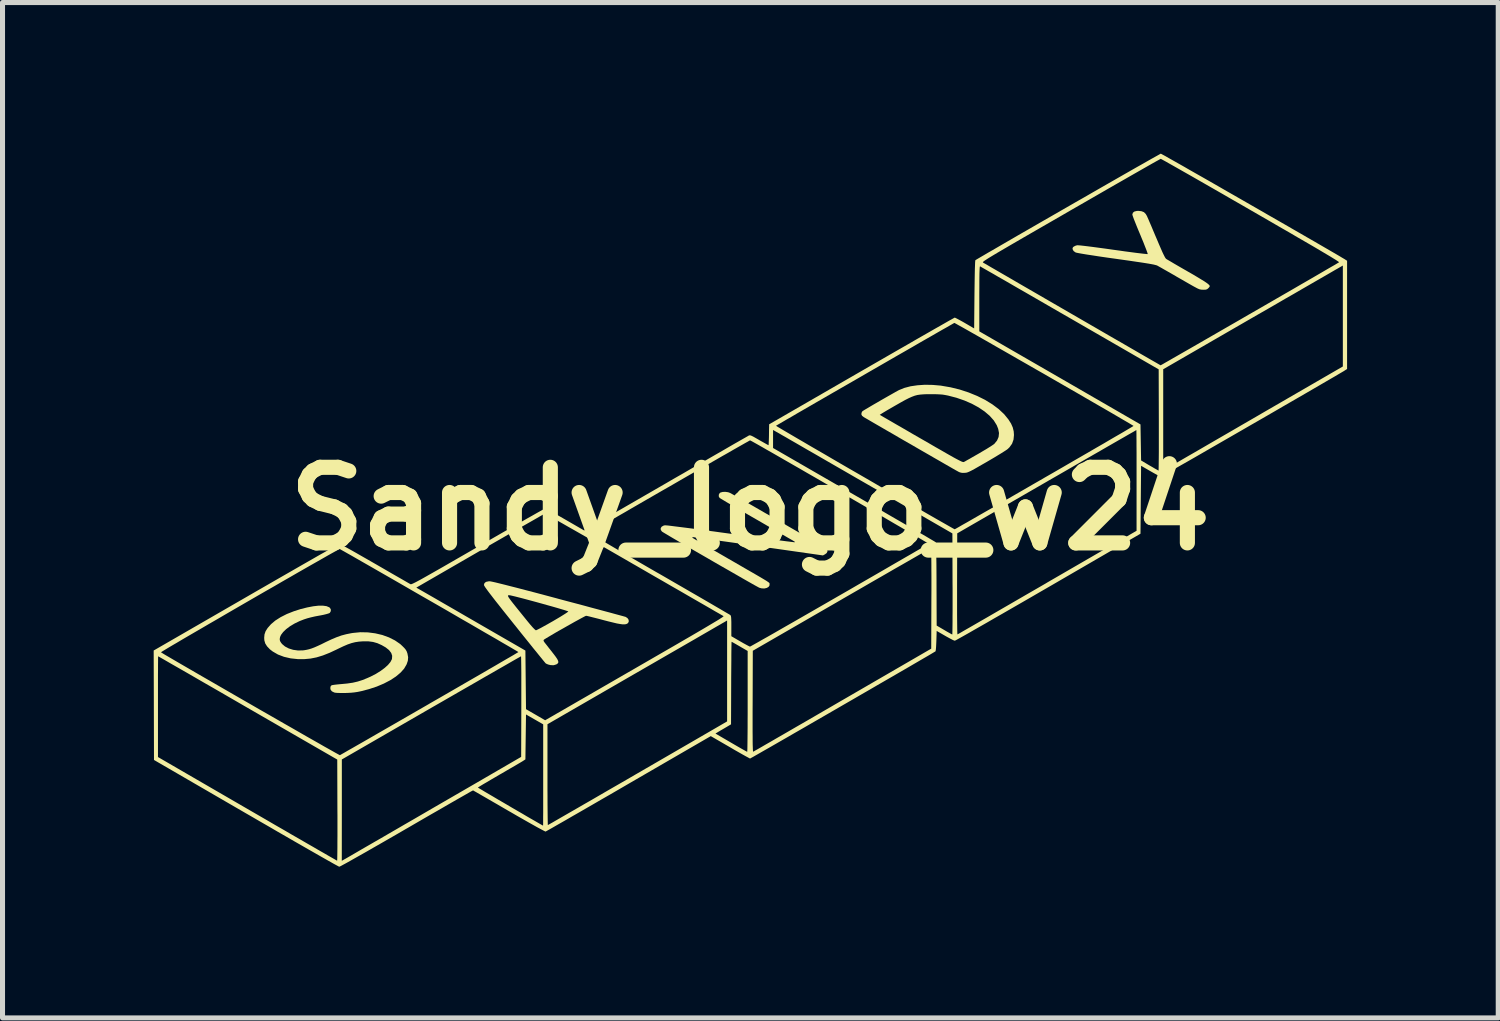
<source format=kicad_pcb>
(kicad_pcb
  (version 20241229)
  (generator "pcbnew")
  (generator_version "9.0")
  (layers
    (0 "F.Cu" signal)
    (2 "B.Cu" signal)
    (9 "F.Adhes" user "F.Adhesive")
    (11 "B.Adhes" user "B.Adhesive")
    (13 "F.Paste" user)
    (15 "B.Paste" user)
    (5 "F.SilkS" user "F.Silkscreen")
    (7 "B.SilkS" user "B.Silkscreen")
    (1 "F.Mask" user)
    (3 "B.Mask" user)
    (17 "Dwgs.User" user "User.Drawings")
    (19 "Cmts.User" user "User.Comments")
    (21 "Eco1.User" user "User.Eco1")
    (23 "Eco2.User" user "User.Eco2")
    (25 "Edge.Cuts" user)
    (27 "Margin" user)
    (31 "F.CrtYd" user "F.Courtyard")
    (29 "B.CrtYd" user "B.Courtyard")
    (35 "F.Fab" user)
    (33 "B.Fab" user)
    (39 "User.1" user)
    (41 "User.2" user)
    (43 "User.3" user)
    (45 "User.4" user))
  (footprint "Sandy_logo_w24"
    (layer "F.Cu")
    (at 11.836 7.046)
    (property "Reference" "Sandy_logo_w24" (at 0 0 0) (layer "F.SilkS") (effects (font (size 1.5 1.5) (thickness 0.3))))
    (attr board_only exclude_from_pos_files exclude_from_bom)
    (fp_poly (pts (xy 7.769 -5.904) (xy 7.817 -5.885) (xy 7.852 -5.85) (xy 7.877 -5.807) (xy 7.888 -5.781) (xy 7.908 -5.736) (xy 7.934 -5.675) (xy 7.966 -5.601) (xy 8.001 -5.517) (xy 8.039 -5.427) (xy 8.067 -5.362) (xy 8.114 -5.251) (xy 8.153 -5.161) (xy 8.184 -5.09) (xy 8.21 -5.036) (xy 8.23 -4.997) (xy 8.245 -4.972) (xy 8.257 -4.959) (xy 8.258 -4.958) (xy 8.275 -4.947) (xy 8.311 -4.926) (xy 8.362 -4.896) (xy 8.426 -4.858) (xy 8.502 -4.814) (xy 8.585 -4.766) (xy 8.674 -4.715) (xy 8.679 -4.712) (xy 8.791 -4.648) (xy 8.883 -4.593) (xy 8.957 -4.548) (xy 9.016 -4.512) (xy 9.06 -4.482) (xy 9.091 -4.459) (xy 9.11 -4.44) (xy 9.121 -4.426) (xy 9.123 -4.416) (xy 9.115 -4.4) (xy 9.096 -4.378) (xy 9.093 -4.375) (xy 9.071 -4.357) (xy 9.045 -4.348) (xy 9.006 -4.346) (xy 8.994 -4.346) (xy 8.952 -4.348) (xy 8.915 -4.356) (xy 8.874 -4.374) (xy 8.841 -4.392) (xy 8.809 -4.409) (xy 8.759 -4.437) (xy 8.696 -4.473) (xy 8.623 -4.515) (xy 8.543 -4.561) (xy 8.459 -4.609) (xy 8.445 -4.618) (xy 8.363 -4.665) (xy 8.286 -4.709) (xy 8.217 -4.748) (xy 8.158 -4.782) (xy 8.113 -4.807) (xy 8.085 -4.823) (xy 8.081 -4.825) (xy 8.066 -4.831) (xy 8.043 -4.837) (xy 8.012 -4.845) (xy 7.97 -4.853) (xy 7.915 -4.863) (xy 7.847 -4.874) (xy 7.763 -4.887) (xy 7.661 -4.902) (xy 7.54 -4.92) (xy 7.398 -4.94) (xy 7.264 -4.959) (xy 7.085 -4.984) (xy 6.927 -5.007) (xy 6.792 -5.028) (xy 6.679 -5.045) (xy 6.589 -5.06) (xy 6.522 -5.072) (xy 6.478 -5.081) (xy 6.458 -5.087) (xy 6.422 -5.113) (xy 6.404 -5.142) (xy 6.399 -5.169) (xy 6.409 -5.189) (xy 6.42 -5.199) (xy 6.452 -5.217) (xy 6.488 -5.228) (xy 6.509 -5.228) (xy 6.552 -5.225) (xy 6.616 -5.218) (xy 6.7 -5.208) (xy 6.803 -5.195) (xy 6.922 -5.179) (xy 7.057 -5.161) (xy 7.204 -5.14) (xy 7.329 -5.123) (xy 7.447 -5.106) (xy 7.555 -5.092) (xy 7.652 -5.079) (xy 7.735 -5.069) (xy 7.803 -5.061) (xy 7.853 -5.056) (xy 7.883 -5.053) (xy 7.891 -5.054) (xy 7.889 -5.067) (xy 7.878 -5.099) (xy 7.86 -5.148) (xy 7.835 -5.211) (xy 7.806 -5.286) (xy 7.771 -5.37) (xy 7.744 -5.436) (xy 7.706 -5.526) (xy 7.672 -5.609) (xy 7.642 -5.684) (xy 7.617 -5.747) (xy 7.599 -5.796) (xy 7.589 -5.827) (xy 7.586 -5.837) (xy 7.597 -5.874) (xy 7.627 -5.898) (xy 7.677 -5.91) (xy 7.705 -5.911)) (stroke (width 0) (type solid)) (fill yes) (layer "F.SilkS"))
    (fp_poly (pts (xy -8.405 1.934) (xy -8.353 1.956) (xy -8.34 1.966) (xy -8.321 1.996) (xy -8.321 2.032) (xy -8.338 2.063) (xy -8.347 2.071) (xy -8.37 2.08) (xy -8.411 2.092) (xy -8.464 2.105) (xy -8.524 2.117) (xy -8.531 2.118) (xy -8.633 2.137) (xy -8.716 2.156) (xy -8.788 2.175) (xy -8.855 2.197) (xy -8.922 2.223) (xy -8.944 2.232) (xy -9.043 2.28) (xy -9.131 2.333) (xy -9.207 2.39) (xy -9.267 2.448) (xy -9.309 2.504) (xy -9.328 2.547) (xy -9.335 2.589) (xy -9.329 2.625) (xy -9.307 2.661) (xy -9.287 2.686) (xy -9.23 2.734) (xy -9.155 2.773) (xy -9.069 2.8) (xy -8.976 2.813) (xy -8.881 2.812) (xy -8.853 2.809) (xy -8.801 2.8) (xy -8.753 2.789) (xy -8.704 2.774) (xy -8.651 2.754) (xy -8.589 2.727) (xy -8.513 2.692) (xy -8.423 2.647) (xy -8.308 2.593) (xy -8.206 2.55) (xy -8.111 2.516) (xy -8.017 2.491) (xy -7.918 2.471) (xy -7.88 2.465) (xy -7.734 2.451) (xy -7.586 2.454) (xy -7.439 2.473) (xy -7.298 2.506) (xy -7.166 2.554) (xy -7.047 2.614) (xy -6.944 2.685) (xy -6.903 2.723) (xy -6.861 2.765) (xy -6.833 2.799) (xy -6.815 2.831) (xy -6.802 2.867) (xy -6.8 2.874) (xy -6.786 2.948) (xy -6.792 3.018) (xy -6.817 3.09) (xy -6.866 3.174) (xy -6.938 3.254) (xy -7.03 3.331) (xy -7.14 3.403) (xy -7.268 3.47) (xy -7.41 3.53) (xy -7.566 3.581) (xy -7.714 3.62) (xy -7.786 3.635) (xy -7.852 3.645) (xy -7.921 3.652) (xy -8.001 3.656) (xy -8.037 3.657) (xy -8.118 3.657) (xy -8.183 3.656) (xy -8.23 3.652) (xy -8.253 3.647) (xy -8.299 3.624) (xy -8.324 3.594) (xy -8.331 3.558) (xy -8.323 3.521) (xy -8.308 3.506) (xy -8.288 3.5) (xy -8.249 3.494) (xy -8.197 3.488) (xy -8.136 3.482) (xy -8.122 3.481) (xy -7.996 3.469) (xy -7.886 3.453) (xy -7.787 3.43) (xy -7.69 3.399) (xy -7.59 3.358) (xy -7.529 3.331) (xy -7.425 3.277) (xy -7.332 3.219) (xy -7.251 3.159) (xy -7.185 3.099) (xy -7.137 3.041) (xy -7.109 2.987) (xy -7.107 2.979) (xy -7.103 2.919) (xy -7.122 2.862) (xy -7.165 2.806) (xy -7.231 2.753) (xy -7.311 2.707) (xy -7.398 2.668) (xy -7.483 2.644) (xy -7.574 2.632) (xy -7.679 2.632) (xy -7.688 2.632) (xy -7.766 2.638) (xy -7.838 2.649) (xy -7.91 2.667) (xy -7.988 2.694) (xy -8.074 2.731) (xy -8.175 2.779) (xy -8.199 2.791) (xy -8.344 2.859) (xy -8.478 2.912) (xy -8.603 2.95) (xy -8.724 2.974) (xy -8.846 2.985) (xy -8.972 2.985) (xy -8.973 2.985) (xy -9.116 2.97) (xy -9.25 2.939) (xy -9.369 2.894) (xy -9.473 2.834) (xy -9.53 2.79) (xy -9.586 2.731) (xy -9.622 2.674) (xy -9.64 2.612) (xy -9.643 2.562) (xy -9.637 2.495) (xy -9.615 2.431) (xy -9.575 2.368) (xy -9.516 2.301) (xy -9.508 2.292) (xy -9.423 2.22) (xy -9.318 2.153) (xy -9.194 2.09) (xy -9.055 2.035) (xy -8.921 1.992) (xy -8.789 1.959) (xy -8.669 1.936) (xy -8.565 1.924) (xy -8.476 1.924)) (stroke (width 0) (type solid)) (fill yes) (layer "F.SilkS"))
    (fp_poly (pts (xy -0.435 -0.327) (xy -0.399 -0.314) (xy -0.381 -0.305) (xy -0.344 -0.284) (xy -0.29 -0.254) (xy -0.221 -0.215) (xy -0.139 -0.168) (xy -0.046 -0.114) (xy 0.057 -0.055) (xy 0.168 0.009) (xy 0.284 0.076) (xy 0.405 0.145) (xy 0.528 0.216) (xy 0.651 0.287) (xy 0.773 0.358) (xy 0.891 0.426) (xy 1.005 0.492) (xy 1.111 0.553) (xy 1.208 0.61) (xy 1.295 0.66) (xy 1.37 0.704) (xy 1.429 0.739) (xy 1.473 0.764) (xy 1.499 0.78) (xy 1.504 0.783) (xy 1.531 0.813) (xy 1.536 0.847) (xy 1.52 0.88) (xy 1.488 0.904) (xy 1.446 0.927) (xy 0.172 0.745) (xy -0.000169 0.721) (xy -0.166 0.697) (xy -0.324 0.675) (xy -0.473 0.654) (xy -0.611 0.635) (xy -0.736 0.617) (xy -0.846 0.602) (xy -0.941 0.589) (xy -1.018 0.578) (xy -1.076 0.571) (xy -1.114 0.566) (xy -1.129 0.564) (xy -1.129 0.564) (xy -1.147 0.568) (xy -1.146 0.575) (xy -1.134 0.583) (xy -1.102 0.602) (xy -1.054 0.63) (xy -0.99 0.668) (xy -0.912 0.713) (xy -0.822 0.766) (xy -0.722 0.824) (xy -0.613 0.887) (xy -0.497 0.954) (xy -0.444 0.985) (xy -0.294 1.071) (xy -0.163 1.147) (xy -0.051 1.212) (xy 0.045 1.267) (xy 0.126 1.314) (xy 0.193 1.353) (xy 0.247 1.385) (xy 0.289 1.41) (xy 0.322 1.43) (xy 0.346 1.446) (xy 0.363 1.458) (xy 0.374 1.466) (xy 0.381 1.473) (xy 0.384 1.478) (xy 0.386 1.482) (xy 0.387 1.486) (xy 0.386 1.522) (xy 0.366 1.552) (xy 0.331 1.572) (xy 0.285 1.583) (xy 0.232 1.581) (xy 0.188 1.57) (xy 0.171 1.562) (xy 0.136 1.543) (xy 0.083 1.514) (xy 0.016 1.476) (xy -0.065 1.43) (xy -0.158 1.377) (xy -0.26 1.318) (xy -0.37 1.255) (xy -0.487 1.188) (xy -0.608 1.119) (xy -0.731 1.048) (xy -0.855 0.976) (xy -0.978 0.905) (xy -1.098 0.836) (xy -1.214 0.769) (xy -1.323 0.705) (xy -1.423 0.647) (xy -1.514 0.594) (xy -1.592 0.548) (xy -1.657 0.509) (xy -1.706 0.48) (xy -1.737 0.461) (xy -1.75 0.452) (xy -1.772 0.42) (xy -1.774 0.387) (xy -1.755 0.357) (xy -1.719 0.336) (xy -1.691 0.329) (xy -1.674 0.33) (xy -1.634 0.333) (xy -1.574 0.34) (xy -1.496 0.35) (xy -1.399 0.362) (xy -1.287 0.376) (xy -1.161 0.392) (xy -1.023 0.411) (xy -0.873 0.431) (xy -0.714 0.452) (xy -0.548 0.475) (xy -0.385 0.497) (xy -0.213 0.52) (xy -0.049 0.543) (xy 0.108 0.564) (xy 0.255 0.584) (xy 0.39 0.602) (xy 0.512 0.619) (xy 0.62 0.633) (xy 0.711 0.645) (xy 0.786 0.654) (xy 0.84 0.661) (xy 0.875 0.665) (xy 0.887 0.666) (xy 0.887 0.655) (xy 0.876 0.648) (xy 0.846 0.63) (xy 0.798 0.602) (xy 0.735 0.566) (xy 0.657 0.521) (xy 0.567 0.469) (xy 0.467 0.41) (xy 0.357 0.347) (xy 0.24 0.279) (xy 0.15 0.227) (xy 0.028 0.157) (xy -0.089 0.089) (xy -0.197 0.026) (xy -0.297 -0.032) (xy -0.386 -0.084) (xy -0.462 -0.128) (xy -0.523 -0.165) (xy -0.568 -0.192) (xy -0.596 -0.209) (xy -0.604 -0.214) (xy -0.621 -0.243) (xy -0.621 -0.277) (xy -0.605 -0.308) (xy -0.588 -0.321) (xy -0.544 -0.333) (xy -0.49 -0.335)) (stroke (width 0) (type solid)) (fill yes) (layer "F.SilkS"))
    (fp_poly (pts (xy -5.146 1.443) (xy -5.107 1.451) (xy -5.049 1.464) (xy -4.972 1.483) (xy -4.875 1.507) (xy -4.758 1.537) (xy -4.62 1.572) (xy -4.46 1.614) (xy -4.279 1.661) (xy -4.076 1.715) (xy -3.851 1.775) (xy -3.804 1.788) (xy -3.632 1.834) (xy -3.465 1.878) (xy -3.307 1.92) (xy -3.157 1.961) (xy -3.018 1.998) (xy -2.892 2.032) (xy -2.779 2.062) (xy -2.681 2.089) (xy -2.6 2.111) (xy -2.537 2.128) (xy -2.494 2.14) (xy -2.472 2.146) (xy -2.47 2.147) (xy -2.434 2.17) (xy -2.412 2.202) (xy -2.407 2.235) (xy -2.42 2.266) (xy -2.44 2.282) (xy -2.463 2.291) (xy -2.492 2.295) (xy -2.53 2.295) (xy -2.58 2.288) (xy -2.643 2.277) (xy -2.722 2.258) (xy -2.82 2.234) (xy -2.909 2.211) (xy -2.994 2.188) (xy -3.073 2.168) (xy -3.141 2.151) (xy -3.196 2.137) (xy -3.235 2.128) (xy -3.254 2.125) (xy -3.254 2.125) (xy -3.268 2.13) (xy -3.301 2.147) (xy -3.348 2.172) (xy -3.408 2.205) (xy -3.478 2.243) (xy -3.554 2.286) (xy -3.634 2.331) (xy -3.716 2.378) (xy -3.797 2.423) (xy -3.873 2.467) (xy -3.942 2.508) (xy -4.001 2.543) (xy -4.048 2.571) (xy -4.08 2.591) (xy -4.092 2.6) (xy -4.099 2.611) (xy -4.096 2.627) (xy -4.081 2.651) (xy -4.059 2.679) (xy -4.032 2.713) (xy -3.995 2.761) (xy -3.953 2.814) (xy -3.91 2.869) (xy -3.907 2.873) (xy -3.859 2.936) (xy -3.826 2.985) (xy -3.809 3.021) (xy -3.805 3.048) (xy -3.815 3.068) (xy -3.837 3.085) (xy -3.846 3.09) (xy -3.898 3.106) (xy -3.956 3.104) (xy -3.997 3.095) (xy -4.03 3.083) (xy -4.055 3.07) (xy -4.056 3.069) (xy -4.066 3.058) (xy -4.09 3.029) (xy -4.127 2.984) (xy -4.175 2.925) (xy -4.233 2.853) (xy -4.301 2.77) (xy -4.376 2.676) (xy -4.459 2.573) (xy -4.547 2.464) (xy -4.639 2.348) (xy -4.678 2.3) (xy -4.792 2.157) (xy -4.892 2.032) (xy -4.978 1.923) (xy -5.052 1.83) (xy -5.113 1.751) (xy -5.129 1.73) (xy -4.805 1.73) (xy -4.8 1.744) (xy -4.788 1.765) (xy -4.767 1.795) (xy -4.738 1.834) (xy -4.698 1.885) (xy -4.647 1.949) (xy -4.584 2.027) (xy -4.508 2.121) (xy -4.42 2.23) (xy -4.362 2.3) (xy -4.315 2.354) (xy -4.279 2.391) (xy -4.256 2.41) (xy -4.25 2.413) (xy -4.234 2.407) (xy -4.2 2.39) (xy -4.151 2.365) (xy -4.09 2.331) (xy -4.019 2.292) (xy -3.942 2.248) (xy -3.917 2.234) (xy -3.839 2.188) (xy -3.768 2.146) (xy -3.707 2.108) (xy -3.658 2.077) (xy -3.625 2.054) (xy -3.608 2.041) (xy -3.607 2.039) (xy -3.618 2.034) (xy -3.65 2.023) (xy -3.7 2.007) (xy -3.764 1.988) (xy -3.842 1.965) (xy -3.929 1.94) (xy -4.023 1.914) (xy -4.122 1.886) (xy -4.223 1.858) (xy -4.323 1.831) (xy -4.419 1.805) (xy -4.509 1.781) (xy -4.591 1.76) (xy -4.661 1.742) (xy -4.716 1.729) (xy -4.755 1.72) (xy -4.774 1.717) (xy -4.787 1.717) (xy -4.798 1.718) (xy -4.804 1.722) (xy -4.805 1.73) (xy -5.129 1.73) (xy -5.164 1.685) (xy -5.204 1.632) (xy -5.235 1.589) (xy -5.258 1.557) (xy -5.272 1.534) (xy -5.28 1.519) (xy -5.282 1.512) (xy -5.271 1.476) (xy -5.241 1.452) (xy -5.19 1.441) (xy -5.167 1.44)) (stroke (width 0) (type solid)) (fill yes) (layer "F.SilkS"))
    (fp_poly (pts (xy 3.625 -2.457) (xy 3.785 -2.443) (xy 3.79 -2.442) (xy 3.977 -2.41) (xy 4.161 -2.365) (xy 4.338 -2.307) (xy 4.507 -2.238) (xy 4.664 -2.16) (xy 4.807 -2.072) (xy 4.934 -1.977) (xy 5.042 -1.876) (xy 5.126 -1.773) (xy 5.179 -1.69) (xy 5.213 -1.613) (xy 5.232 -1.535) (xy 5.237 -1.463) (xy 5.228 -1.371) (xy 5.199 -1.29) (xy 5.148 -1.219) (xy 5.114 -1.186) (xy 5.09 -1.168) (xy 5.047 -1.14) (xy 4.99 -1.104) (xy 4.921 -1.062) (xy 4.842 -1.014) (xy 4.757 -0.964) (xy 4.692 -0.926) (xy 4.594 -0.87) (xy 4.516 -0.825) (xy 4.453 -0.789) (xy 4.403 -0.762) (xy 4.365 -0.743) (xy 4.334 -0.729) (xy 4.31 -0.72) (xy 4.29 -0.715) (xy 4.271 -0.713) (xy 4.255 -0.712) (xy 4.204 -0.712) (xy 4.164 -0.721) (xy 4.135 -0.734) (xy 4.114 -0.746) (xy 4.074 -0.768) (xy 4.018 -0.8) (xy 3.947 -0.841) (xy 3.863 -0.889) (xy 3.768 -0.944) (xy 3.663 -1.004) (xy 3.551 -1.069) (xy 3.434 -1.136) (xy 3.313 -1.206) (xy 3.191 -1.277) (xy 3.068 -1.347) (xy 2.947 -1.417) (xy 2.831 -1.485) (xy 2.719 -1.549) (xy 2.616 -1.609) (xy 2.521 -1.664) (xy 2.438 -1.712) (xy 2.368 -1.753) (xy 2.313 -1.785) (xy 2.275 -1.807) (xy 2.255 -1.819) (xy 2.254 -1.82) (xy 2.223 -1.844) (xy 2.213 -1.863) (xy 2.574 -1.863) (xy 2.585 -1.857) (xy 2.615 -1.839) (xy 2.663 -1.811) (xy 2.727 -1.774) (xy 2.805 -1.729) (xy 2.896 -1.676) (xy 2.999 -1.617) (xy 3.111 -1.552) (xy 3.231 -1.482) (xy 3.358 -1.409) (xy 3.398 -1.386) (xy 3.548 -1.3) (xy 3.678 -1.224) (xy 3.791 -1.16) (xy 3.886 -1.105) (xy 3.967 -1.059) (xy 4.034 -1.021) (xy 4.089 -0.991) (xy 4.133 -0.968) (xy 4.167 -0.951) (xy 4.193 -0.938) (xy 4.212 -0.931) (xy 4.226 -0.927) (xy 4.236 -0.926) (xy 4.243 -0.928) (xy 4.248 -0.93) (xy 4.267 -0.94) (xy 4.303 -0.961) (xy 4.354 -0.989) (xy 4.416 -1.025) (xy 4.486 -1.065) (xy 4.544 -1.098) (xy 4.618 -1.142) (xy 4.688 -1.183) (xy 4.749 -1.221) (xy 4.799 -1.253) (xy 4.834 -1.277) (xy 4.848 -1.288) (xy 4.901 -1.353) (xy 4.932 -1.424) (xy 4.94 -1.502) (xy 4.924 -1.585) (xy 4.895 -1.658) (xy 4.836 -1.753) (xy 4.755 -1.844) (xy 4.654 -1.93) (xy 4.536 -2.01) (xy 4.402 -2.083) (xy 4.255 -2.147) (xy 4.096 -2.202) (xy 3.927 -2.246) (xy 3.921 -2.247) (xy 3.869 -2.257) (xy 3.819 -2.265) (xy 3.765 -2.269) (xy 3.701 -2.272) (xy 3.622 -2.273) (xy 3.583 -2.273) (xy 3.503 -2.273) (xy 3.436 -2.27) (xy 3.376 -2.265) (xy 3.321 -2.257) (xy 3.268 -2.243) (xy 3.212 -2.222) (xy 3.151 -2.195) (xy 3.08 -2.159) (xy 2.997 -2.113) (xy 2.897 -2.056) (xy 2.869 -2.04) (xy 2.793 -1.996) (xy 2.724 -1.956) (xy 2.665 -1.921) (xy 2.619 -1.893) (xy 2.588 -1.873) (xy 2.574 -1.864) (xy 2.574 -1.863) (xy 2.213 -1.863) (xy 2.21 -1.868) (xy 2.209 -1.883) (xy 2.216 -1.914) (xy 2.23 -1.935) (xy 2.245 -1.945) (xy 2.279 -1.966) (xy 2.327 -1.994) (xy 2.387 -2.03) (xy 2.455 -2.07) (xy 2.53 -2.113) (xy 2.607 -2.158) (xy 2.684 -2.202) (xy 2.758 -2.244) (xy 2.825 -2.282) (xy 2.883 -2.315) (xy 2.928 -2.34) (xy 2.958 -2.356) (xy 2.959 -2.356) (xy 3.063 -2.398) (xy 3.185 -2.43) (xy 3.322 -2.45) (xy 3.47 -2.46)) (stroke (width 0) (type solid)) (fill yes) (layer "F.SilkS"))
    (fp_poly (pts (xy 8.164 -7.04) (xy 8.195 -7.023) (xy 8.245 -6.996) (xy 8.311 -6.958) (xy 8.393 -6.912) (xy 8.49 -6.857) (xy 8.6 -6.795) (xy 8.721 -6.725) (xy 8.853 -6.65) (xy 8.994 -6.57) (xy 9.143 -6.485) (xy 9.298 -6.396) (xy 9.459 -6.303) (xy 9.624 -6.209) (xy 9.791 -6.113) (xy 9.96 -6.016) (xy 10.129 -5.919) (xy 10.297 -5.822) (xy 10.463 -5.727) (xy 10.625 -5.634) (xy 10.782 -5.543) (xy 10.932 -5.457) (xy 11.075 -5.374) (xy 11.209 -5.297) (xy 11.333 -5.225) (xy 11.445 -5.16) (xy 11.545 -5.102) (xy 11.631 -5.052) (xy 11.701 -5.011) (xy 11.754 -4.979) (xy 11.79 -4.958) (xy 11.803 -4.95) (xy 11.848 -4.921) (xy 11.848 -3.847) (xy 11.848 -2.773) (xy 11.803 -2.744) (xy 11.781 -2.73) (xy 11.74 -2.706) (xy 11.682 -2.672) (xy 11.608 -2.628) (xy 11.518 -2.576) (xy 11.415 -2.516) (xy 11.3 -2.449) (xy 11.173 -2.375) (xy 11.037 -2.296) (xy 10.892 -2.212) (xy 10.74 -2.124) (xy 10.582 -2.033) (xy 10.419 -1.938) (xy 10.253 -1.842) (xy 10.085 -1.745) (xy 9.916 -1.648) (xy 9.747 -1.55) (xy 9.58 -1.454) (xy 9.417 -1.36) (xy 9.257 -1.268) (xy 9.104 -1.18) (xy 8.957 -1.095) (xy 8.818 -1.015) (xy 8.689 -0.941) (xy 8.571 -0.874) (xy 8.464 -0.813) (xy 8.371 -0.76) (xy 8.293 -0.715) (xy 8.23 -0.68) (xy 8.185 -0.654) (xy 8.159 -0.64) (xy 8.151 -0.636) (xy 8.135 -0.642) (xy 8.102 -0.658) (xy 8.056 -0.683) (xy 8 -0.714) (xy 7.947 -0.744) (xy 7.76 -0.852) (xy 7.754 -0.178) (xy 7.748 0.496) (xy 5.918 1.558) (xy 5.724 1.67) (xy 5.536 1.779) (xy 5.354 1.884) (xy 5.18 1.984) (xy 5.014 2.08) (xy 4.858 2.169) (xy 4.713 2.253) (xy 4.58 2.329) (xy 4.459 2.398) (xy 4.353 2.459) (xy 4.261 2.511) (xy 4.186 2.553) (xy 4.127 2.586) (xy 4.087 2.608) (xy 4.066 2.618) (xy 4.063 2.619) (xy 4.045 2.614) (xy 4.01 2.598) (xy 3.963 2.573) (xy 3.908 2.543) (xy 3.871 2.522) (xy 3.703 2.425) (xy 3.697 2.622) (xy 3.694 2.689) (xy 3.691 2.748) (xy 3.687 2.794) (xy 3.682 2.823) (xy 3.679 2.831) (xy 3.667 2.838) (xy 3.635 2.857) (xy 3.585 2.887) (xy 3.519 2.926) (xy 3.436 2.974) (xy 3.34 3.03) (xy 3.23 3.094) (xy 3.109 3.165) (xy 2.977 3.241) (xy 2.836 3.323) (xy 2.687 3.409) (xy 2.531 3.499) (xy 2.37 3.593) (xy 2.205 3.688) (xy 2.038 3.785) (xy 1.868 3.883) (xy 1.699 3.981) (xy 1.531 4.078) (xy 1.365 4.174) (xy 1.202 4.268) (xy 1.045 4.359) (xy 0.893 4.446) (xy 0.75 4.529) (xy 0.614 4.607) (xy 0.489 4.679) (xy 0.376 4.744) (xy 0.274 4.802) (xy 0.187 4.852) (xy 0.115 4.893) (xy 0.059 4.925) (xy 0.021 4.946) (xy 0.002 4.957) (xy 0.000027 4.958) (xy -0.013 4.952) (xy -0.044 4.935) (xy -0.092 4.909) (xy -0.153 4.875) (xy -0.225 4.834) (xy -0.306 4.788) (xy -0.393 4.737) (xy -0.396 4.735) (xy -0.78 4.513) (xy -2.409 5.457) (xy -2.591 5.563) (xy -2.768 5.666) (xy -2.939 5.764) (xy -3.101 5.858) (xy -3.255 5.947) (xy -3.399 6.03) (xy -3.532 6.106) (xy -3.652 6.176) (xy -3.759 6.237) (xy -3.852 6.29) (xy -3.928 6.334) (xy -3.988 6.368) (xy -4.031 6.392) (xy -4.054 6.405) (xy -4.058 6.407) (xy -4.072 6.402) (xy -4.105 6.385) (xy -4.156 6.358) (xy -4.223 6.322) (xy -4.305 6.276) (xy -4.401 6.222) (xy -4.508 6.161) (xy -4.626 6.094) (xy -4.753 6.02) (xy -4.785 6.002) (xy -4.904 5.933) (xy -5.017 5.867) (xy -5.123 5.806) (xy -5.218 5.751) (xy -5.303 5.702) (xy -5.374 5.661) (xy -5.431 5.628) (xy -5.472 5.605) (xy -5.494 5.592) (xy -5.498 5.59) (xy -5.509 5.596) (xy -5.54 5.612) (xy -5.589 5.64) (xy -5.655 5.678) (xy -5.736 5.724) (xy -5.832 5.779) (xy -5.942 5.842) (xy -6.063 5.912) (xy -6.196 5.989) (xy -6.338 6.07) (xy -6.488 6.157) (xy -6.645 6.248) (xy -6.808 6.343) (xy -6.816 6.347) (xy -6.995 6.451) (xy -7.165 6.549) (xy -7.325 6.641) (xy -7.474 6.726) (xy -7.611 6.805) (xy -7.735 6.875) (xy -7.845 6.937) (xy -7.94 6.991) (xy -8.019 7.035) (xy -8.08 7.068) (xy -8.124 7.092) (xy -8.149 7.103) (xy -8.153 7.105) (xy -8.166 7.099) (xy -8.199 7.081) (xy -8.251 7.053) (xy -8.32 7.014) (xy -8.368 6.987) (xy -8.103 6.987) (xy -8.07 6.969) (xy -8.056 6.961) (xy -8.022 6.942) (xy -7.97 6.912) (xy -7.901 6.872) (xy -7.815 6.822) (xy -7.714 6.763) (xy -7.598 6.696) (xy -7.47 6.622) (xy -7.329 6.541) (xy -7.178 6.453) (xy -7.017 6.36) (xy -6.847 6.261) (xy -6.67 6.159) (xy -6.486 6.052) (xy -6.297 5.942) (xy -6.29 5.938) (xy -5.592 5.534) (xy -5.402 5.534) (xy -5.392 5.54) (xy -5.363 5.558) (xy -5.318 5.584) (xy -5.259 5.62) (xy -5.187 5.662) (xy -5.105 5.71) (xy -5.016 5.763) (xy -4.921 5.818) (xy -4.822 5.876) (xy -4.722 5.935) (xy -4.622 5.993) (xy -4.525 6.049) (xy -4.434 6.103) (xy -4.349 6.152) (xy -4.274 6.195) (xy -4.21 6.232) (xy -4.16 6.261) (xy -4.126 6.28) (xy -4.109 6.289) (xy -4.108 6.289) (xy -4.108 6.278) (xy -4.107 6.244) (xy -4.107 6.19) (xy -4.107 6.116) (xy -4.106 6.026) (xy -4.106 5.921) (xy -4.106 5.802) (xy -4.106 5.672) (xy -4.106 5.531) (xy -4.106 5.382) (xy -4.106 5.285) (xy -4.106 5.277) (xy -4.021 5.277) (xy -4.021 5.43) (xy -4.021 5.576) (xy -4.02 5.712) (xy -4.02 5.838) (xy -4.019 5.952) (xy -4.018 6.052) (xy -4.017 6.135) (xy -4.016 6.202) (xy -4.015 6.248) (xy -4.014 6.274) (xy -4.013 6.278) (xy -4.002 6.272) (xy -3.972 6.255) (xy -3.922 6.227) (xy -3.855 6.188) (xy -3.772 6.14) (xy -3.673 6.083) (xy -3.56 6.018) (xy -3.433 5.945) (xy -3.295 5.865) (xy -3.145 5.779) (xy -2.985 5.686) (xy -2.816 5.588) (xy -2.639 5.486) (xy -2.455 5.38) (xy -2.266 5.27) (xy -2.231 5.25) (xy -0.871 4.462) (xy -0.687 4.462) (xy -0.377 4.643) (xy -0.298 4.689) (xy -0.227 4.73) (xy -0.164 4.766) (xy -0.114 4.794) (xy -0.078 4.814) (xy -0.059 4.824) (xy -0.057 4.825) (xy -0.056 4.813) (xy -0.054 4.779) (xy -0.053 4.725) (xy -0.052 4.652) (xy -0.051 4.562) (xy -0.05 4.457) (xy -0.049 4.338) (xy -0.049 4.31) (xy 0.05 4.31) (xy 0.05 4.431) (xy 0.051 4.532) (xy 0.051 4.616) (xy 0.052 4.683) (xy 0.054 4.736) (xy 0.055 4.775) (xy 0.057 4.801) (xy 0.06 4.817) (xy 0.062 4.822) (xy 0.063 4.822) (xy 0.075 4.815) (xy 0.106 4.797) (xy 0.156 4.769) (xy 0.224 4.73) (xy 0.308 4.681) (xy 0.408 4.624) (xy 0.521 4.558) (xy 0.648 4.485) (xy 0.788 4.404) (xy 0.938 4.317) (xy 1.098 4.225) (xy 1.267 4.127) (xy 1.444 4.024) (xy 1.627 3.918) (xy 1.816 3.808) (xy 1.837 3.796) (xy 3.595 2.777) (xy 3.598 1.779) (xy 3.599 1.626) (xy 3.599 1.481) (xy 3.599 1.344) (xy 3.598 1.218) (xy 3.598 1.105) (xy 3.597 1.005) (xy 3.596 0.922) (xy 3.595 0.856) (xy 3.594 0.81) (xy 3.593 0.785) (xy 3.592 0.781) (xy 3.581 0.786) (xy 3.55 0.804) (xy 3.501 0.832) (xy 3.433 0.87) (xy 3.35 0.918) (xy 3.251 0.975) (xy 3.138 1.04) (xy 3.011 1.113) (xy 2.872 1.192) (xy 2.722 1.279) (xy 2.562 1.371) (xy 2.393 1.468) (xy 2.217 1.57) (xy 2.033 1.676) (xy 1.844 1.785) (xy 1.819 1.8) (xy 0.054 2.819) (xy 0.051 3.823) (xy 0.05 4.008) (xy 0.05 4.17) (xy 0.05 4.31) (xy -0.049 4.31) (xy -0.049 4.207) (xy -0.048 4.067) (xy -0.048 3.918) (xy -0.048 3.824) (xy -0.048 2.823) (xy -0.205 2.732) (xy -0.26 2.7) (xy -0.307 2.673) (xy -0.343 2.653) (xy -0.363 2.642) (xy -0.367 2.641) (xy -0.368 2.653) (xy -0.369 2.686) (xy -0.37 2.74) (xy -0.371 2.812) (xy -0.372 2.9) (xy -0.372 3.003) (xy -0.373 3.118) (xy -0.374 3.243) (xy -0.375 3.377) (xy -0.375 3.46) (xy -0.378 4.279) (xy -0.474 4.336) (xy -0.525 4.366) (xy -0.577 4.396) (xy -0.619 4.421) (xy -0.629 4.427) (xy -0.687 4.462) (xy -0.871 4.462) (xy -0.456 4.221) (xy -0.456 3.22) (xy -0.456 2.218) (xy -0.495 2.241) (xy -0.51 2.25) (xy -0.544 2.269) (xy -0.597 2.3) (xy -0.667 2.34) (xy -0.753 2.39) (xy -0.855 2.449) (xy -0.971 2.516) (xy -1.1 2.591) (xy -1.241 2.672) (xy -1.393 2.76) (xy -1.555 2.853) (xy -1.725 2.951) (xy -1.903 3.054) (xy -2.087 3.16) (xy -2.276 3.269) (xy -2.278 3.27) (xy -4.021 4.277) (xy -4.021 5.277) (xy -4.106 5.277) (xy -4.106 4.279) (xy -4.277 4.181) (xy -4.447 4.083) (xy -4.453 4.529) (xy -4.459 4.975) (xy -4.498 5) (xy -4.516 5.012) (xy -4.553 5.034) (xy -4.606 5.065) (xy -4.672 5.104) (xy -4.75 5.149) (xy -4.836 5.199) (xy -4.928 5.253) (xy -4.969 5.276) (xy -5.061 5.33) (xy -5.147 5.38) (xy -5.224 5.426) (xy -5.29 5.464) (xy -5.343 5.496) (xy -5.38 5.519) (xy -5.399 5.531) (xy -5.402 5.534) (xy -5.592 5.534) (xy -4.543 4.925) (xy -4.54 3.927) (xy -4.54 3.775) (xy -4.54 3.629) (xy -4.54 3.493) (xy -4.54 3.367) (xy -4.54 3.253) (xy -4.541 3.154) (xy -4.542 3.07) (xy -4.543 3.005) (xy -4.544 2.958) (xy -4.545 2.933) (xy -4.545 2.929) (xy -4.557 2.935) (xy -4.587 2.952) (xy -4.637 2.98) (xy -4.704 3.018) (xy -4.787 3.066) (xy -4.886 3.123) (xy -5 3.188) (xy -5.126 3.261) (xy -5.265 3.34) (xy -5.415 3.427) (xy -5.575 3.519) (xy -5.744 3.616) (xy -5.921 3.718) (xy -6.105 3.824) (xy -6.295 3.933) (xy -6.328 3.952) (xy -8.102 4.976) (xy -8.102 5.981) (xy -8.103 6.987) (xy -8.368 6.987) (xy -8.405 6.966) (xy -8.506 6.909) (xy -8.621 6.843) (xy -8.749 6.77) (xy -8.89 6.689) (xy -9.042 6.602) (xy -9.204 6.508) (xy -9.375 6.41) (xy -9.553 6.306) (xy -9.739 6.199) (xy -9.93 6.088) (xy -10.005 6.045) (xy -11.83 4.986) (xy -11.833 3.9) (xy -11.833 3.836) (xy -11.751 3.836) (xy -11.751 3.928) (xy -11.751 4.928) (xy -9.978 5.956) (xy -9.788 6.066) (xy -9.603 6.173) (xy -9.425 6.277) (xy -9.254 6.375) (xy -9.093 6.469) (xy -8.941 6.556) (xy -8.8 6.638) (xy -8.671 6.712) (xy -8.556 6.779) (xy -8.454 6.837) (xy -8.368 6.887) (xy -8.298 6.927) (xy -8.245 6.957) (xy -8.211 6.977) (xy -8.196 6.985) (xy -8.196 6.985) (xy -8.194 6.974) (xy -8.193 6.94) (xy -8.192 6.886) (xy -8.191 6.812) (xy -8.19 6.722) (xy -8.19 6.617) (xy -8.189 6.498) (xy -8.189 6.368) (xy -8.189 6.228) (xy -8.189 6.079) (xy -8.19 5.982) (xy -8.193 4.978) (xy -9.968 3.954) (xy -10.158 3.844) (xy -10.343 3.737) (xy -10.521 3.634) (xy -10.691 3.536) (xy -10.853 3.443) (xy -11.005 3.355) (xy -11.145 3.274) (xy -11.274 3.2) (xy -11.389 3.134) (xy -11.491 3.076) (xy -11.577 3.026) (xy -11.646 2.986) (xy -11.699 2.956) (xy -11.732 2.937) (xy -11.747 2.929) (xy -11.747 2.929) (xy -11.748 2.941) (xy -11.749 2.975) (xy -11.749 3.029) (xy -11.75 3.102) (xy -11.75 3.192) (xy -11.751 3.298) (xy -11.751 3.416) (xy -11.751 3.547) (xy -11.751 3.687) (xy -11.751 3.836) (xy -11.833 3.836) (xy -11.836 2.849) (xy -11.691 2.849) (xy -11.679 2.857) (xy -11.647 2.877) (xy -11.597 2.907) (xy -11.53 2.946) (xy -11.448 2.994) (xy -11.352 3.05) (xy -11.242 3.114) (xy -11.121 3.184) (xy -10.99 3.26) (xy -10.85 3.341) (xy -10.702 3.426) (xy -10.548 3.515) (xy -10.389 3.607) (xy -10.226 3.701) (xy -10.061 3.796) (xy -9.894 3.892) (xy -9.728 3.988) (xy -9.563 4.082) (xy -9.401 4.175) (xy -9.243 4.266) (xy -9.09 4.353) (xy -8.944 4.437) (xy -8.807 4.516) (xy -8.678 4.589) (xy -8.56 4.656) (xy -8.454 4.717) (xy -8.361 4.769) (xy -8.283 4.813) (xy -8.221 4.848) (xy -8.175 4.873) (xy -8.148 4.888) (xy -8.141 4.891) (xy -8.129 4.885) (xy -8.098 4.867) (xy -8.047 4.838) (xy -7.98 4.799) (xy -7.895 4.751) (xy -7.796 4.694) (xy -7.682 4.629) (xy -7.555 4.556) (xy -7.415 4.475) (xy -7.265 4.389) (xy -7.105 4.297) (xy -6.935 4.199) (xy -6.758 4.097) (xy -6.574 3.991) (xy -6.385 3.882) (xy -6.362 3.868) (xy -6.172 3.759) (xy -5.988 3.653) (xy -5.81 3.55) (xy -5.641 3.452) (xy -5.48 3.359) (xy -5.329 3.272) (xy -5.19 3.191) (xy -5.062 3.117) (xy -4.948 3.05) (xy -4.848 2.992) (xy -4.763 2.943) (xy -4.694 2.903) (xy -4.643 2.872) (xy -4.611 2.853) (xy -4.598 2.845) (xy -4.598 2.845) (xy -4.608 2.838) (xy -4.638 2.82) (xy -4.686 2.792) (xy -4.75 2.754) (xy -4.831 2.707) (xy -4.926 2.652) (xy -5.033 2.589) (xy -5.153 2.52) (xy -5.283 2.445) (xy -5.422 2.364) (xy -5.568 2.279) (xy -5.722 2.191) (xy -5.88 2.099) (xy -6.042 2.005) (xy -6.207 1.91) (xy -6.374 1.814) (xy -6.54 1.719) (xy -6.705 1.624) (xy -6.805 1.566) (xy -6.624 1.566) (xy -6.472 1.653) (xy -6.439 1.672) (xy -6.387 1.702) (xy -6.317 1.742) (xy -6.232 1.791) (xy -6.134 1.848) (xy -6.023 1.912) (xy -5.903 1.981) (xy -5.775 2.055) (xy -5.641 2.133) (xy -5.502 2.213) (xy -5.39 2.278) (xy -4.459 2.815) (xy -4.453 3.397) (xy -4.447 3.978) (xy -4.257 4.088) (xy -4.067 4.198) (xy -3.867 4.083) (xy -3.833 4.063) (xy -3.78 4.033) (xy -3.709 3.992) (xy -3.621 3.941) (xy -3.517 3.881) (xy -3.4 3.813) (xy -3.269 3.738) (xy -3.127 3.656) (xy -2.975 3.568) (xy -2.814 3.475) (xy -2.646 3.378) (xy -2.471 3.277) (xy -2.292 3.174) (xy -2.109 3.068) (xy -2.086 3.055) (xy -1.865 2.927) (xy -1.664 2.811) (xy -1.482 2.706) (xy -1.319 2.611) (xy -1.174 2.527) (xy -1.046 2.452) (xy -0.933 2.386) (xy -0.837 2.329) (xy -0.755 2.28) (xy -0.686 2.239) (xy -0.631 2.206) (xy -0.589 2.179) (xy -0.558 2.159) (xy -0.537 2.144) (xy -0.527 2.135) (xy -0.526 2.132) (xy -0.538 2.125) (xy -0.571 2.106) (xy -0.621 2.077) (xy -0.69 2.038) (xy -0.774 1.989) (xy -0.874 1.931) (xy -0.989 1.865) (xy -1.116 1.792) (xy -1.256 1.711) (xy -1.406 1.624) (xy -1.567 1.532) (xy -1.736 1.434) (xy -1.914 1.332) (xy -2.097 1.226) (xy -2.287 1.116) (xy -2.302 1.108) (xy -2.492 0.998) (xy -2.676 0.892) (xy -2.853 0.79) (xy -3.023 0.693) (xy -3.184 0.6) (xy -3.335 0.514) (xy -3.405 0.474) (xy -3.179 0.474) (xy -3.177 0.478) (xy -3.167 0.488) (xy -3.147 0.502) (xy -3.117 0.522) (xy -3.075 0.548) (xy -3.022 0.581) (xy -2.955 0.621) (xy -2.875 0.668) (xy -2.78 0.724) (xy -2.669 0.789) (xy -2.542 0.863) (xy -2.398 0.947) (xy -2.236 1.041) (xy -2.055 1.146) (xy -1.854 1.262) (xy -1.804 1.29) (xy -1.636 1.387) (xy -1.472 1.482) (xy -1.316 1.572) (xy -1.168 1.658) (xy -1.029 1.738) (xy -0.9 1.813) (xy -0.783 1.881) (xy -0.679 1.942) (xy -0.589 1.994) (xy -0.515 2.038) (xy -0.457 2.072) (xy -0.417 2.095) (xy -0.396 2.108) (xy -0.393 2.11) (xy -0.385 2.119) (xy -0.38 2.134) (xy -0.376 2.158) (xy -0.374 2.194) (xy -0.372 2.247) (xy -0.372 2.32) (xy -0.372 2.329) (xy -0.372 2.53) (xy -0.195 2.633) (xy -0.136 2.667) (xy -0.083 2.696) (xy -0.04 2.719) (xy -0.012 2.733) (xy -0.002 2.736) (xy 0.01 2.731) (xy 0.042 2.713) (xy 0.092 2.685) (xy 0.16 2.647) (xy 0.244 2.599) (xy 0.344 2.543) (xy 0.458 2.478) (xy 0.585 2.405) (xy 0.724 2.325) (xy 0.875 2.239) (xy 1.035 2.147) (xy 1.204 2.05) (xy 1.381 1.948) (xy 1.565 1.842) (xy 1.754 1.733) (xy 1.775 1.721) (xy 1.965 1.612) (xy 2.149 1.505) (xy 2.326 1.403) (xy 2.496 1.305) (xy 2.657 1.212) (xy 2.808 1.124) (xy 2.948 1.043) (xy 3.076 0.969) (xy 3.191 0.903) (xy 3.292 0.844) (xy 3.377 0.795) (xy 3.446 0.754) (xy 3.498 0.724) (xy 3.531 0.705) (xy 3.545 0.697) (xy 3.545 0.697) (xy 3.535 0.69) (xy 3.507 0.672) (xy 3.46 0.644) (xy 3.396 0.606) (xy 3.316 0.559) (xy 3.222 0.503) (xy 3.115 0.441) (xy 2.997 0.371) (xy 2.867 0.296) (xy 2.729 0.215) (xy 2.583 0.13) (xy 2.43 0.041) (xy 2.273 -0.05) (xy 2.111 -0.144) (xy 1.946 -0.24) (xy 1.78 -0.336) (xy 1.614 -0.432) (xy 1.45 -0.527) (xy 1.288 -0.621) (xy 1.129 -0.712) (xy 0.976 -0.801) (xy 0.829 -0.885) (xy 0.69 -0.965) (xy 0.56 -1.04) (xy 0.44 -1.109) (xy 0.332 -1.17) (xy 0.237 -1.225) (xy 0.156 -1.271) (xy 0.09 -1.308) (xy 0.042 -1.335) (xy 0.011 -1.351) (xy -0.000163 -1.356) (xy -0.012 -1.351) (xy -0.043 -1.333) (xy -0.092 -1.306) (xy -0.157 -1.269) (xy -0.238 -1.223) (xy -0.333 -1.169) (xy -0.44 -1.107) (xy -0.559 -1.04) (xy -0.687 -0.966) (xy -0.823 -0.888) (xy -0.967 -0.806) (xy -1.116 -0.72) (xy -1.269 -0.632) (xy -1.425 -0.542) (xy -1.582 -0.451) (xy -1.74 -0.361) (xy -1.896 -0.271) (xy -2.05 -0.182) (xy -2.199 -0.096) (xy -2.343 -0.013) (xy -2.48 0.067) (xy -2.609 0.141) (xy -2.728 0.21) (xy -2.837 0.273) (xy -2.933 0.329) (xy -3.015 0.377) (xy -3.082 0.416) (xy -3.132 0.446) (xy -3.165 0.466) (xy -3.179 0.474) (xy -3.179 0.474) (xy -3.405 0.474) (xy -3.475 0.434) (xy -3.604 0.361) (xy -3.719 0.295) (xy -3.82 0.238) (xy -3.905 0.19) (xy -3.975 0.151) (xy -4.026 0.123) (xy -4.06 0.105) (xy -4.074 0.098) (xy -4.074 0.098) (xy -4.086 0.105) (xy -4.118 0.122) (xy -4.168 0.15) (xy -4.235 0.189) (xy -4.317 0.236) (xy -4.414 0.291) (xy -4.524 0.354) (xy -4.646 0.424) (xy -4.778 0.5) (xy -4.92 0.582) (xy -5.07 0.668) (xy -5.226 0.758) (xy -5.357 0.834) (xy -6.624 1.566) (xy -6.805 1.566) (xy -6.867 1.53) (xy -7.025 1.439) (xy -7.178 1.351) (xy -7.325 1.267) (xy -7.464 1.187) (xy -7.593 1.113) (xy -7.712 1.045) (xy -7.82 0.983) (xy -7.914 0.929) (xy -7.994 0.884) (xy -8.059 0.847) (xy -8.106 0.821) (xy -8.135 0.804) (xy -8.145 0.8) (xy -8.157 0.805) (xy -8.189 0.822) (xy -8.239 0.85) (xy -8.306 0.887) (xy -8.388 0.933) (xy -8.484 0.988) (xy -8.593 1.05) (xy -8.713 1.118) (xy -8.844 1.193) (xy -8.984 1.273) (xy -9.131 1.358) (xy -9.285 1.446) (xy -9.443 1.538) (xy -9.606 1.631) (xy -9.771 1.726) (xy -9.937 1.822) (xy -10.103 1.918) (xy -10.267 2.013) (xy -10.429 2.107) (xy -10.586 2.199) (xy -10.739 2.287) (xy -10.884 2.372) (xy -11.022 2.452) (xy -11.151 2.527) (xy -11.269 2.596) (xy -11.375 2.659) (xy -11.468 2.713) (xy -11.547 2.76) (xy -11.61 2.798) (xy -11.656 2.826) (xy -11.683 2.843) (xy -11.691 2.849) (xy -11.836 2.849) (xy -11.836 2.814) (xy -10.001 1.755) (xy -9.807 1.643) (xy -9.619 1.535) (xy -9.437 1.43) (xy -9.263 1.33) (xy -9.097 1.235) (xy -8.941 1.145) (xy -8.796 1.062) (xy -8.663 0.986) (xy -8.543 0.917) (xy -8.436 0.857) (xy -8.345 0.805) (xy -8.269 0.763) (xy -8.211 0.73) (xy -8.171 0.708) (xy -8.151 0.697) (xy -8.148 0.696) (xy -8.135 0.702) (xy -8.102 0.719) (xy -8.053 0.746) (xy -7.988 0.782) (xy -7.909 0.826) (xy -7.819 0.877) (xy -7.718 0.935) (xy -7.609 0.997) (xy -7.494 1.063) (xy -7.447 1.09) (xy -7.329 1.158) (xy -7.217 1.223) (xy -7.112 1.284) (xy -7.016 1.339) (xy -6.932 1.387) (xy -6.861 1.428) (xy -6.804 1.461) (xy -6.764 1.484) (xy -6.742 1.496) (xy -6.738 1.498) (xy -6.733 1.499) (xy -6.724 1.498) (xy -6.71 1.493) (xy -6.691 1.485) (xy -6.664 1.472) (xy -6.63 1.455) (xy -6.587 1.432) (xy -6.533 1.403) (xy -6.469 1.367) (xy -6.393 1.324) (xy -6.303 1.273) (xy -6.199 1.214) (xy -6.08 1.146) (xy -5.945 1.068) (xy -5.792 0.98) (xy -5.62 0.881) (xy -5.429 0.771) (xy -5.402 0.755) (xy -5.238 0.661) (xy -5.08 0.57) (xy -4.929 0.483) (xy -4.786 0.401) (xy -4.652 0.324) (xy -4.529 0.254) (xy -4.417 0.19) (xy -4.319 0.135) (xy -4.235 0.087) (xy -4.167 0.049) (xy -4.116 0.021) (xy -4.084 0.003) (xy -4.07 -0.003) (xy -4.07 -0.003) (xy -4.055 0.002) (xy -4.022 0.018) (xy -3.973 0.044) (xy -3.911 0.078) (xy -3.838 0.118) (xy -3.756 0.164) (xy -3.671 0.213) (xy -3.292 0.432) (xy -1.679 -0.499) (xy -1.497 -0.605) (xy -1.32 -0.706) (xy -1.15 -0.805) (xy -0.988 -0.898) (xy -0.834 -0.987) (xy -0.69 -1.07) (xy -0.557 -1.146) (xy -0.437 -1.216) (xy -0.33 -1.278) (xy -0.237 -1.331) (xy -0.16 -1.375) (xy -0.1 -1.409) (xy -0.058 -1.433) (xy -0.035 -1.446) (xy -0.032 -1.449) (xy -0.019 -1.455) (xy -0.005 -1.457) (xy 0.011 -1.454) (xy 0.034 -1.445) (xy 0.068 -1.428) (xy 0.115 -1.401) (xy 0.18 -1.364) (xy 0.181 -1.363) (xy 0.24 -1.33) (xy 0.291 -1.301) (xy 0.332 -1.278) (xy 0.358 -1.264) (xy 0.366 -1.26) (xy 0.368 -1.272) (xy 0.37 -1.303) (xy 0.372 -1.351) (xy 0.374 -1.411) (xy 0.375 -1.467) (xy 0.376 -1.563) (xy 0.456 -1.563) (xy 0.456 -1.384) (xy 0.456 -1.205) (xy 2.064 -0.277) (xy 2.246 -0.172) (xy 2.422 -0.071) (xy 2.591 0.027) (xy 2.752 0.121) (xy 2.904 0.209) (xy 3.046 0.291) (xy 3.177 0.367) (xy 3.295 0.436) (xy 3.4 0.497) (xy 3.491 0.55) (xy 3.565 0.594) (xy 3.623 0.628) (xy 3.662 0.651) (xy 3.682 0.664) (xy 3.685 0.666) (xy 3.688 0.681) (xy 3.69 0.72) (xy 3.692 0.782) (xy 3.694 0.866) (xy 3.696 0.971) (xy 3.698 1.099) (xy 3.699 1.247) (xy 3.7 1.415) (xy 3.7 1.5) (xy 3.703 2.319) (xy 3.853 2.407) (xy 3.907 2.439) (xy 3.954 2.465) (xy 3.989 2.485) (xy 4.009 2.495) (xy 4.012 2.496) (xy 4.014 2.485) (xy 4.015 2.451) (xy 4.016 2.396) (xy 4.017 2.323) (xy 4.018 2.233) (xy 4.018 2.128) (xy 4.019 2.009) (xy 4.019 1.879) (xy 4.019 1.822) (xy 4.108 1.822) (xy 4.108 1.967) (xy 4.108 2.097) (xy 4.109 2.211) (xy 4.11 2.307) (xy 4.111 2.385) (xy 4.112 2.443) (xy 4.114 2.48) (xy 4.116 2.495) (xy 4.116 2.495) (xy 4.127 2.488) (xy 4.158 2.471) (xy 4.208 2.442) (xy 4.275 2.403) (xy 4.359 2.355) (xy 4.458 2.298) (xy 4.572 2.232) (xy 4.699 2.159) (xy 4.837 2.079) (xy 4.987 1.992) (xy 5.148 1.899) (xy 5.317 1.801) (xy 5.493 1.699) (xy 5.677 1.593) (xy 5.867 1.483) (xy 5.898 1.464) (xy 7.67 0.438) (xy 7.67 -0.561) (xy 7.67 -0.714) (xy 7.67 -0.859) (xy 7.67 -0.996) (xy 7.67 -1.122) (xy 7.669 -1.235) (xy 7.669 -1.335) (xy 7.668 -1.419) (xy 7.668 -1.484) (xy 7.667 -1.531) (xy 7.667 -1.556) (xy 7.666 -1.56) (xy 7.655 -1.555) (xy 7.625 -1.537) (xy 7.576 -1.509) (xy 7.509 -1.471) (xy 7.426 -1.423) (xy 7.328 -1.367) (xy 7.215 -1.302) (xy 7.088 -1.229) (xy 6.95 -1.149) (xy 6.8 -1.063) (xy 6.64 -0.971) (xy 6.471 -0.873) (xy 6.295 -0.771) (xy 6.111 -0.665) (xy 5.921 -0.556) (xy 5.887 -0.536) (xy 4.111 0.489) (xy 4.108 1.494) (xy 4.108 1.664) (xy 4.108 1.822) (xy 4.019 1.822) (xy 4.019 1.738) (xy 4.019 1.589) (xy 4.018 1.494) (xy 4.015 0.49) (xy 2.311 -0.494) (xy 2.123 -0.602) (xy 1.94 -0.708) (xy 1.763 -0.81) (xy 1.593 -0.908) (xy 1.432 -1.001) (xy 1.28 -1.089) (xy 1.138 -1.17) (xy 1.009 -1.245) (xy 0.893 -1.312) (xy 0.79 -1.371) (xy 0.703 -1.422) (xy 0.632 -1.462) (xy 0.579 -1.493) (xy 0.545 -1.513) (xy 0.531 -1.52) (xy 0.456 -1.563) (xy 0.376 -1.563) (xy 0.378 -1.646) (xy 0.514 -1.646) (xy 0.524 -1.64) (xy 0.553 -1.622) (xy 0.6 -1.594) (xy 0.664 -1.556) (xy 0.744 -1.509) (xy 0.838 -1.454) (xy 0.945 -1.391) (xy 1.064 -1.322) (xy 1.193 -1.246) (xy 1.331 -1.166) (xy 1.478 -1.081) (xy 1.63 -0.992) (xy 1.788 -0.9) (xy 1.95 -0.806) (xy 2.115 -0.711) (xy 2.281 -0.615) (xy 2.447 -0.519) (xy 2.611 -0.423) (xy 2.774 -0.329) (xy 2.932 -0.238) (xy 3.085 -0.15) (xy 3.232 -0.065) (xy 3.371 0.015) (xy 3.501 0.09) (xy 3.621 0.159) (xy 3.729 0.221) (xy 3.824 0.275) (xy 3.905 0.321) (xy 3.97 0.358) (xy 4.019 0.386) (xy 4.049 0.402) (xy 4.06 0.408) (xy 4.072 0.402) (xy 4.103 0.385) (xy 4.152 0.357) (xy 4.219 0.318) (xy 4.303 0.271) (xy 4.402 0.214) (xy 4.515 0.149) (xy 4.642 0.076) (xy 4.781 -0.003) (xy 4.931 -0.09) (xy 5.091 -0.182) (xy 5.26 -0.279) (xy 5.437 -0.381) (xy 5.62 -0.487) (xy 5.81 -0.596) (xy 5.84 -0.614) (xy 6.03 -0.723) (xy 6.215 -0.83) (xy 6.392 -0.933) (xy 6.562 -1.031) (xy 6.723 -1.124) (xy 6.874 -1.212) (xy 7.015 -1.293) (xy 7.142 -1.368) (xy 7.257 -1.435) (xy 7.358 -1.493) (xy 7.443 -1.543) (xy 7.512 -1.584) (xy 7.563 -1.614) (xy 7.596 -1.634) (xy 7.61 -1.643) (xy 7.61 -1.643) (xy 7.6 -1.65) (xy 7.57 -1.668) (xy 7.522 -1.697) (xy 7.457 -1.735) (xy 7.376 -1.782) (xy 7.281 -1.838) (xy 7.173 -1.901) (xy 7.054 -1.97) (xy 6.924 -2.045) (xy 6.784 -2.126) (xy 6.637 -2.211) (xy 6.484 -2.3) (xy 6.325 -2.391) (xy 6.162 -2.485) (xy 5.997 -2.58) (xy 5.831 -2.676) (xy 5.664 -2.771) (xy 5.499 -2.866) (xy 5.336 -2.959) (xy 5.178 -3.05) (xy 5.024 -3.138) (xy 4.877 -3.222) (xy 4.738 -3.302) (xy 4.608 -3.376) (xy 4.489 -3.444) (xy 4.381 -3.505) (xy 4.355 -3.52) (xy 4.549 -3.52) (xy 6.149 -2.597) (xy 7.748 -1.673) (xy 7.754 -1.316) (xy 7.76 -0.958) (xy 7.928 -0.858) (xy 7.986 -0.825) (xy 8.035 -0.796) (xy 8.075 -0.774) (xy 8.099 -0.76) (xy 8.106 -0.757) (xy 8.106 -0.757) (xy 8.199 -0.757) (xy 8.37 -0.857) (xy 8.4 -0.874) (xy 8.449 -0.903) (xy 8.517 -0.942) (xy 8.601 -0.991) (xy 8.701 -1.049) (xy 8.816 -1.115) (xy 8.944 -1.189) (xy 9.083 -1.27) (xy 9.233 -1.357) (xy 9.392 -1.449) (xy 9.56 -1.546) (xy 9.733 -1.647) (xy 9.913 -1.751) (xy 10.096 -1.857) (xy 10.152 -1.89) (xy 11.764 -2.823) (xy 11.764 -3.825) (xy 11.764 -4.826) (xy 11.706 -4.793) (xy 11.689 -4.783) (xy 11.653 -4.762) (xy 11.598 -4.731) (xy 11.526 -4.689) (xy 11.438 -4.638) (xy 11.334 -4.578) (xy 11.216 -4.51) (xy 11.086 -4.435) (xy 10.944 -4.353) (xy 10.791 -4.264) (xy 10.628 -4.171) (xy 10.458 -4.072) (xy 10.28 -3.969) (xy 10.095 -3.863) (xy 9.923 -3.764) (xy 8.199 -2.768) (xy 8.199 -1.763) (xy 8.199 -0.757) (xy 8.106 -0.757) (xy 8.107 -0.769) (xy 8.108 -0.803) (xy 8.109 -0.857) (xy 8.11 -0.93) (xy 8.111 -1.02) (xy 8.112 -1.125) (xy 8.112 -1.244) (xy 8.112 -1.375) (xy 8.112 -1.515) (xy 8.112 -1.664) (xy 8.112 -1.761) (xy 8.109 -2.766) (xy 6.344 -3.785) (xy 6.154 -3.894) (xy 5.969 -4.001) (xy 5.791 -4.104) (xy 5.621 -4.202) (xy 5.46 -4.295) (xy 5.308 -4.382) (xy 5.167 -4.464) (xy 5.039 -4.538) (xy 4.923 -4.604) (xy 4.822 -4.663) (xy 4.735 -4.712) (xy 4.666 -4.752) (xy 4.613 -4.782) (xy 4.579 -4.802) (xy 4.565 -4.81) (xy 4.564 -4.81) (xy 4.561 -4.807) (xy 4.558 -4.793) (xy 4.556 -4.768) (xy 4.554 -4.73) (xy 4.552 -4.676) (xy 4.551 -4.606) (xy 4.55 -4.518) (xy 4.55 -4.41) (xy 4.549 -4.281) (xy 4.549 -4.168) (xy 4.549 -3.52) (xy 4.355 -3.52) (xy 4.286 -3.559) (xy 4.206 -3.604) (xy 4.141 -3.64) (xy 4.093 -3.667) (xy 4.064 -3.683) (xy 4.054 -3.687) (xy 4.042 -3.681) (xy 4.011 -3.663) (xy 3.962 -3.635) (xy 3.896 -3.597) (xy 3.814 -3.551) (xy 3.718 -3.496) (xy 3.609 -3.433) (xy 3.488 -3.364) (xy 3.357 -3.289) (xy 3.218 -3.208) (xy 3.07 -3.123) (xy 2.916 -3.035) (xy 2.757 -2.943) (xy 2.594 -2.849) (xy 2.429 -2.754) (xy 2.263 -2.658) (xy 2.097 -2.562) (xy 1.932 -2.467) (xy 1.77 -2.374) (xy 1.612 -2.283) (xy 1.46 -2.195) (xy 1.314 -2.111) (xy 1.176 -2.031) (xy 1.048 -1.957) (xy 0.93 -1.889) (xy 0.825 -1.827) (xy 0.732 -1.774) (xy 0.654 -1.728) (xy 0.592 -1.692) (xy 0.547 -1.666) (xy 0.521 -1.65) (xy 0.514 -1.646) (xy 0.378 -1.646) (xy 0.378 -1.675) (xy 2.213 -2.734) (xy 2.407 -2.846) (xy 2.595 -2.954) (xy 2.777 -3.059) (xy 2.951 -3.159) (xy 3.117 -3.254) (xy 3.272 -3.344) (xy 3.417 -3.427) (xy 3.55 -3.503) (xy 3.67 -3.572) (xy 3.776 -3.632) (xy 3.867 -3.684) (xy 3.942 -3.727) (xy 4 -3.759) (xy 4.039 -3.781) (xy 4.06 -3.792) (xy 4.062 -3.793) (xy 4.076 -3.787) (xy 4.108 -3.771) (xy 4.153 -3.747) (xy 4.208 -3.717) (xy 4.262 -3.686) (xy 4.447 -3.578) (xy 4.453 -4.249) (xy 4.455 -4.404) (xy 4.457 -4.54) (xy 4.459 -4.657) (xy 4.461 -4.755) (xy 4.464 -4.832) (xy 4.466 -4.888) (xy 4.466 -4.89) (xy 4.62 -4.89) (xy 4.622 -4.887) (xy 4.623 -4.886) (xy 4.635 -4.878) (xy 4.667 -4.86) (xy 4.717 -4.831) (xy 4.783 -4.792) (xy 4.865 -4.745) (xy 4.961 -4.689) (xy 5.07 -4.626) (xy 5.191 -4.556) (xy 5.321 -4.48) (xy 5.461 -4.399) (xy 5.608 -4.314) (xy 5.762 -4.225) (xy 5.92 -4.133) (xy 6.083 -4.039) (xy 6.247 -3.944) (xy 6.413 -3.848) (xy 6.579 -3.752) (xy 6.743 -3.657) (xy 6.904 -3.564) (xy 7.061 -3.473) (xy 7.213 -3.385) (xy 7.358 -3.302) (xy 7.494 -3.223) (xy 7.622 -3.149) (xy 7.739 -3.081) (xy 7.843 -3.021) (xy 7.935 -2.968) (xy 8.012 -2.924) (xy 8.073 -2.889) (xy 8.116 -2.864) (xy 8.142 -2.849) (xy 8.148 -2.846) (xy 8.158 -2.852) (xy 8.189 -2.869) (xy 8.237 -2.897) (xy 8.304 -2.935) (xy 8.387 -2.983) (xy 8.485 -3.039) (xy 8.598 -3.104) (xy 8.724 -3.176) (xy 8.863 -3.256) (xy 9.012 -3.342) (xy 9.172 -3.434) (xy 9.34 -3.531) (xy 9.517 -3.633) (xy 9.7 -3.738) (xy 9.889 -3.848) (xy 9.912 -3.861) (xy 10.102 -3.97) (xy 10.287 -4.077) (xy 10.465 -4.18) (xy 10.635 -4.278) (xy 10.796 -4.371) (xy 10.947 -4.459) (xy 11.088 -4.54) (xy 11.217 -4.615) (xy 11.332 -4.682) (xy 11.433 -4.741) (xy 11.519 -4.791) (xy 11.589 -4.831) (xy 11.641 -4.862) (xy 11.674 -4.882) (xy 11.688 -4.89) (xy 11.689 -4.891) (xy 11.686 -4.895) (xy 11.674 -4.905) (xy 11.651 -4.92) (xy 11.618 -4.942) (xy 11.572 -4.97) (xy 11.514 -5.006) (xy 11.443 -5.048) (xy 11.357 -5.099) (xy 11.258 -5.158) (xy 11.142 -5.226) (xy 11.011 -5.302) (xy 10.862 -5.388) (xy 10.697 -5.485) (xy 10.512 -5.591) (xy 10.309 -5.709) (xy 10.087 -5.837) (xy 9.936 -5.924) (xy 9.746 -6.034) (xy 9.561 -6.14) (xy 9.383 -6.243) (xy 9.212 -6.341) (xy 9.05 -6.434) (xy 8.898 -6.521) (xy 8.757 -6.602) (xy 8.628 -6.675) (xy 8.512 -6.741) (xy 8.41 -6.799) (xy 8.323 -6.848) (xy 8.253 -6.888) (xy 8.2 -6.917) (xy 8.166 -6.936) (xy 8.151 -6.943) (xy 8.15 -6.944) (xy 8.138 -6.938) (xy 8.106 -6.92) (xy 8.055 -6.892) (xy 7.987 -6.854) (xy 7.903 -6.806) (xy 7.803 -6.749) (xy 7.689 -6.684) (xy 7.561 -6.611) (xy 7.422 -6.531) (xy 7.271 -6.445) (xy 7.111 -6.353) (xy 6.941 -6.255) (xy 6.764 -6.153) (xy 6.58 -6.047) (xy 6.39 -5.938) (xy 6.364 -5.923) (xy 6.14 -5.793) (xy 5.935 -5.675) (xy 5.749 -5.568) (xy 5.581 -5.471) (xy 5.43 -5.384) (xy 5.296 -5.306) (xy 5.177 -5.237) (xy 5.073 -5.176) (xy 4.982 -5.123) (xy 4.904 -5.077) (xy 4.837 -5.037) (xy 4.782 -5.004) (xy 4.736 -4.976) (xy 4.7 -4.953) (xy 4.671 -4.934) (xy 4.65 -4.92) (xy 4.635 -4.909) (xy 4.626 -4.9) (xy 4.621 -4.894) (xy 4.62 -4.89) (xy 4.466 -4.89) (xy 4.469 -4.922) (xy 4.471 -4.932) (xy 4.484 -4.94) (xy 4.517 -4.96) (xy 4.568 -4.99) (xy 4.635 -5.029) (xy 4.718 -5.078) (xy 4.816 -5.134) (xy 4.926 -5.198) (xy 5.048 -5.269) (xy 5.181 -5.346) (xy 5.322 -5.428) (xy 5.472 -5.514) (xy 5.628 -5.604) (xy 5.789 -5.697) (xy 5.955 -5.792) (xy 6.123 -5.889) (xy 6.292 -5.986) (xy 6.462 -6.084) (xy 6.631 -6.18) (xy 6.797 -6.276) (xy 6.959 -6.369) (xy 7.116 -6.459) (xy 7.268 -6.546) (xy 7.411 -6.628) (xy 7.546 -6.705) (xy 7.67 -6.776) (xy 7.784 -6.84) (xy 7.884 -6.897) (xy 7.97 -6.946) (xy 8.042 -6.986) (xy 8.096 -7.016) (xy 8.133 -7.037) (xy 8.15 -7.046) (xy 8.152 -7.046)) (stroke (width 0) (type solid)) (fill yes) (layer "F.SilkS")))
  (gr_rect
    (start -3 -3)
    (end 26.684 17.151)
    (stroke (width 0.1) (type default))
    (fill no)
    (layer "Edge.Cuts")))
</source>
